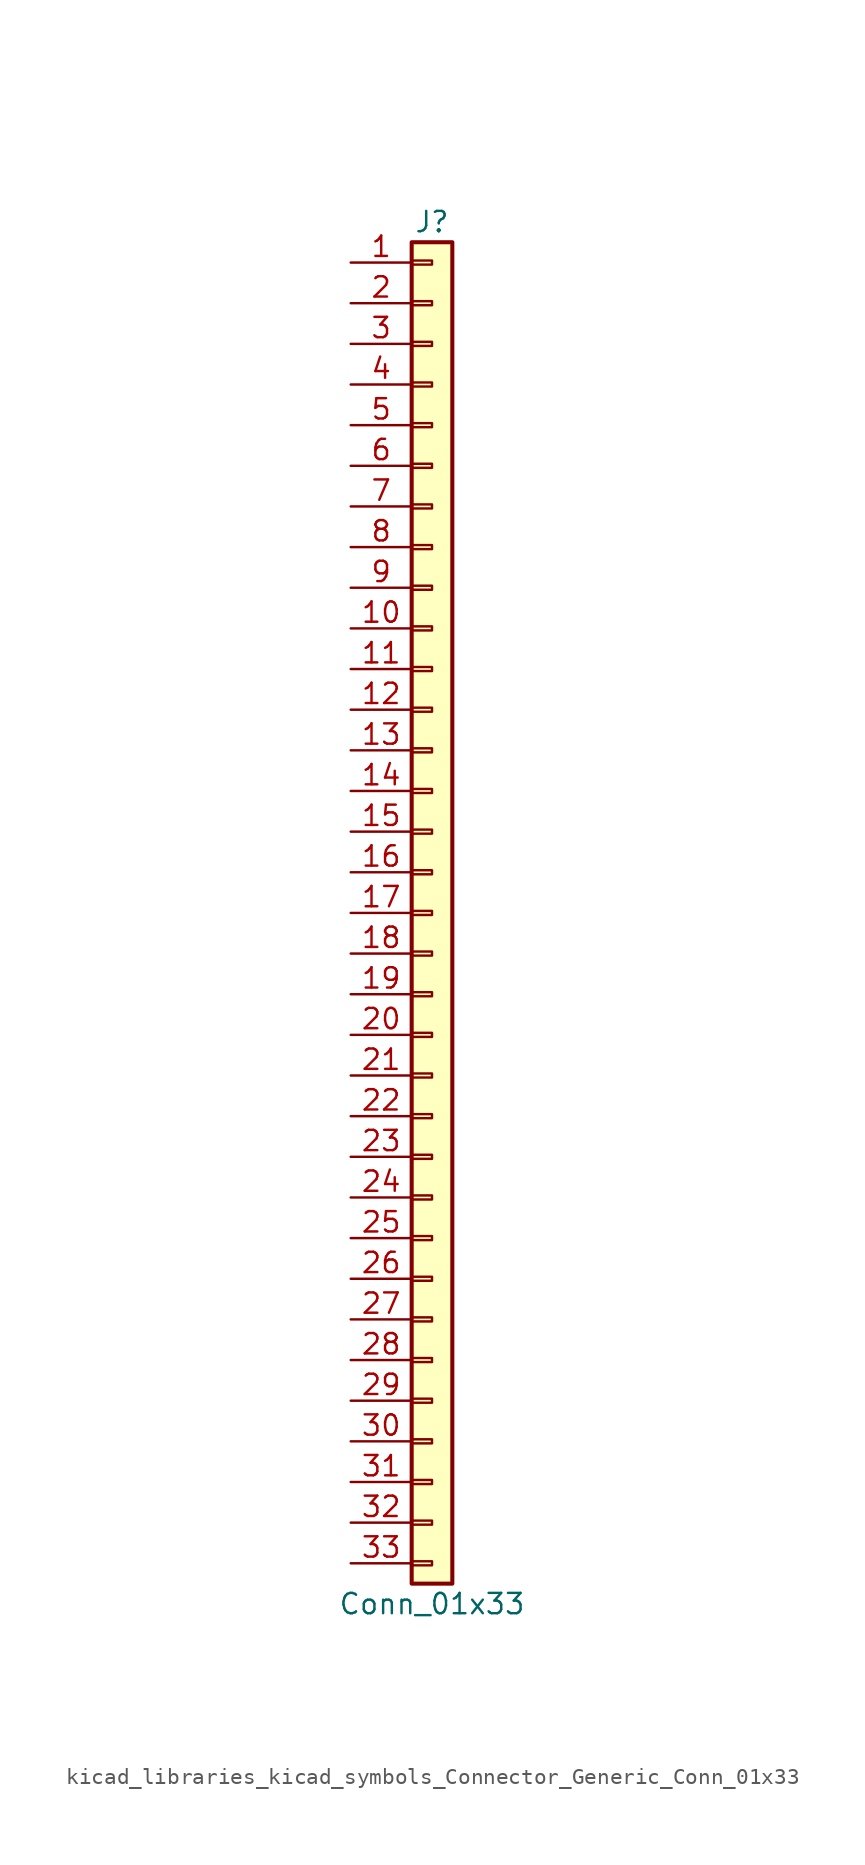
<source format=kicad_sym>
(kicad_symbol_lib
  (version 20220914)
  (generator kicad_symbol_editor)
  (symbol "kicad_libraries_kicad_symbols_Connector_Generic_Conn_01x33"
    (pin_names
      (offset 1.016) hide)
    (property "Reference" "J"
      (at 0 43.18 0)
      (effects (font (size 1.27 1.27))))
    (property "Value" "Conn_01x33"
      (at 0 -43.18 0)
      (effects (font (size 1.27 1.27))))
    (symbol "kicad_libraries_kicad_symbols_Connector_Generic_Conn_01x33_1_1"
      (rectangle (start -1.27 -40.513) (end 0 -40.767) (stroke (width 0.152) (type default)) (fill (type none)))
      (rectangle (start -1.27 -37.973) (end 0 -38.227) (stroke (width 0.152) (type default)) (fill (type none)))
      (rectangle (start -1.27 -35.433) (end 0 -35.687) (stroke (width 0.152) (type default)) (fill (type none)))
      (rectangle (start -1.27 -32.893) (end 0 -33.147) (stroke (width 0.152) (type default)) (fill (type none)))
      (rectangle (start -1.27 -30.353) (end 0 -30.607) (stroke (width 0.152) (type default)) (fill (type none)))
      (rectangle (start -1.27 -27.813) (end 0 -28.067) (stroke (width 0.152) (type default)) (fill (type none)))
      (rectangle (start -1.27 -25.273) (end 0 -25.527) (stroke (width 0.152) (type default)) (fill (type none)))
      (rectangle (start -1.27 -22.733) (end 0 -22.987) (stroke (width 0.152) (type default)) (fill (type none)))
      (rectangle (start -1.27 -20.193) (end 0 -20.447) (stroke (width 0.152) (type default)) (fill (type none)))
      (rectangle (start -1.27 -17.653) (end 0 -17.907) (stroke (width 0.152) (type default)) (fill (type none)))
      (rectangle (start -1.27 -15.113) (end 0 -15.367) (stroke (width 0.152) (type default)) (fill (type none)))
      (rectangle (start -1.27 -12.573) (end 0 -12.827) (stroke (width 0.152) (type default)) (fill (type none)))
      (rectangle (start -1.27 -10.033) (end 0 -10.287) (stroke (width 0.152) (type default)) (fill (type none)))
      (rectangle (start -1.27 -7.493) (end 0 -7.747) (stroke (width 0.152) (type default)) (fill (type none)))
      (rectangle (start -1.27 -4.953) (end 0 -5.207) (stroke (width 0.152) (type default)) (fill (type none)))
      (rectangle (start -1.27 -2.413) (end 0 -2.667) (stroke (width 0.152) (type default)) (fill (type none)))
      (rectangle (start -1.27 0.127) (end 0 -0.127) (stroke (width 0.152) (type default)) (fill (type none)))
      (rectangle (start -1.27 2.667) (end 0 2.413) (stroke (width 0.152) (type default)) (fill (type none)))
      (rectangle (start -1.27 5.207) (end 0 4.953) (stroke (width 0.152) (type default)) (fill (type none)))
      (rectangle (start -1.27 7.747) (end 0 7.493) (stroke (width 0.152) (type default)) (fill (type none)))
      (rectangle (start -1.27 10.287) (end 0 10.033) (stroke (width 0.152) (type default)) (fill (type none)))
      (rectangle (start -1.27 12.827) (end 0 12.573) (stroke (width 0.152) (type default)) (fill (type none)))
      (rectangle (start -1.27 15.367) (end 0 15.113) (stroke (width 0.152) (type default)) (fill (type none)))
      (rectangle (start -1.27 17.907) (end 0 17.653) (stroke (width 0.152) (type default)) (fill (type none)))
      (rectangle (start -1.27 20.447) (end 0 20.193) (stroke (width 0.152) (type default)) (fill (type none)))
      (rectangle (start -1.27 22.987) (end 0 22.733) (stroke (width 0.152) (type default)) (fill (type none)))
      (rectangle (start -1.27 25.527) (end 0 25.273) (stroke (width 0.152) (type default)) (fill (type none)))
      (rectangle (start -1.27 28.067) (end 0 27.813) (stroke (width 0.152) (type default)) (fill (type none)))
      (rectangle (start -1.27 30.607) (end 0 30.353) (stroke (width 0.152) (type default)) (fill (type none)))
      (rectangle (start -1.27 33.147) (end 0 32.893) (stroke (width 0.152) (type default)) (fill (type none)))
      (rectangle (start -1.27 35.687) (end 0 35.433) (stroke (width 0.152) (type default)) (fill (type none)))
      (rectangle (start -1.27 38.227) (end 0 37.973) (stroke (width 0.152) (type default)) (fill (type none)))
      (rectangle (start -1.27 40.767) (end 0 40.513) (stroke (width 0.152) (type default)) (fill (type none)))
      (rectangle (start -1.27 41.91) (end 1.27 -41.91) (stroke (width 0.254) (type default)) (fill (type background)))
      (pin passive line (at -5.08 40.64 0) (length 3.81) (name "Pin_1" (effects (font (size 1.27 1.27)))) (number "1" (effects (font (size 1.27 1.27)))))
      (pin passive line (at -5.08 17.78 0) (length 3.81) (name "Pin_10" (effects (font (size 1.27 1.27)))) (number "10" (effects (font (size 1.27 1.27)))))
      (pin passive line (at -5.08 15.24 0) (length 3.81) (name "Pin_11" (effects (font (size 1.27 1.27)))) (number "11" (effects (font (size 1.27 1.27)))))
      (pin passive line (at -5.08 12.7 0) (length 3.81) (name "Pin_12" (effects (font (size 1.27 1.27)))) (number "12" (effects (font (size 1.27 1.27)))))
      (pin passive line (at -5.08 10.16 0) (length 3.81) (name "Pin_13" (effects (font (size 1.27 1.27)))) (number "13" (effects (font (size 1.27 1.27)))))
      (pin passive line (at -5.08 7.62 0) (length 3.81) (name "Pin_14" (effects (font (size 1.27 1.27)))) (number "14" (effects (font (size 1.27 1.27)))))
      (pin passive line (at -5.08 5.08 0) (length 3.81) (name "Pin_15" (effects (font (size 1.27 1.27)))) (number "15" (effects (font (size 1.27 1.27)))))
      (pin passive line (at -5.08 2.54 0) (length 3.81) (name "Pin_16" (effects (font (size 1.27 1.27)))) (number "16" (effects (font (size 1.27 1.27)))))
      (pin passive line (at -5.08 0 0) (length 3.81) (name "Pin_17" (effects (font (size 1.27 1.27)))) (number "17" (effects (font (size 1.27 1.27)))))
      (pin passive line (at -5.08 -2.54 0) (length 3.81) (name "Pin_18" (effects (font (size 1.27 1.27)))) (number "18" (effects (font (size 1.27 1.27)))))
      (pin passive line (at -5.08 -5.08 0) (length 3.81) (name "Pin_19" (effects (font (size 1.27 1.27)))) (number "19" (effects (font (size 1.27 1.27)))))
      (pin passive line (at -5.08 38.1 0) (length 3.81) (name "Pin_2" (effects (font (size 1.27 1.27)))) (number "2" (effects (font (size 1.27 1.27)))))
      (pin passive line (at -5.08 -7.62 0) (length 3.81) (name "Pin_20" (effects (font (size 1.27 1.27)))) (number "20" (effects (font (size 1.27 1.27)))))
      (pin passive line (at -5.08 -10.16 0) (length 3.81) (name "Pin_21" (effects (font (size 1.27 1.27)))) (number "21" (effects (font (size 1.27 1.27)))))
      (pin passive line (at -5.08 -12.7 0) (length 3.81) (name "Pin_22" (effects (font (size 1.27 1.27)))) (number "22" (effects (font (size 1.27 1.27)))))
      (pin passive line (at -5.08 -15.24 0) (length 3.81) (name "Pin_23" (effects (font (size 1.27 1.27)))) (number "23" (effects (font (size 1.27 1.27)))))
      (pin passive line (at -5.08 -17.78 0) (length 3.81) (name "Pin_24" (effects (font (size 1.27 1.27)))) (number "24" (effects (font (size 1.27 1.27)))))
      (pin passive line (at -5.08 -20.32 0) (length 3.81) (name "Pin_25" (effects (font (size 1.27 1.27)))) (number "25" (effects (font (size 1.27 1.27)))))
      (pin passive line (at -5.08 -22.86 0) (length 3.81) (name "Pin_26" (effects (font (size 1.27 1.27)))) (number "26" (effects (font (size 1.27 1.27)))))
      (pin passive line (at -5.08 -25.4 0) (length 3.81) (name "Pin_27" (effects (font (size 1.27 1.27)))) (number "27" (effects (font (size 1.27 1.27)))))
      (pin passive line (at -5.08 -27.94 0) (length 3.81) (name "Pin_28" (effects (font (size 1.27 1.27)))) (number "28" (effects (font (size 1.27 1.27)))))
      (pin passive line (at -5.08 -30.48 0) (length 3.81) (name "Pin_29" (effects (font (size 1.27 1.27)))) (number "29" (effects (font (size 1.27 1.27)))))
      (pin passive line (at -5.08 35.56 0) (length 3.81) (name "Pin_3" (effects (font (size 1.27 1.27)))) (number "3" (effects (font (size 1.27 1.27)))))
      (pin passive line (at -5.08 -33.02 0) (length 3.81) (name "Pin_30" (effects (font (size 1.27 1.27)))) (number "30" (effects (font (size 1.27 1.27)))))
      (pin passive line (at -5.08 -35.56 0) (length 3.81) (name "Pin_31" (effects (font (size 1.27 1.27)))) (number "31" (effects (font (size 1.27 1.27)))))
      (pin passive line (at -5.08 -38.1 0) (length 3.81) (name "Pin_32" (effects (font (size 1.27 1.27)))) (number "32" (effects (font (size 1.27 1.27)))))
      (pin passive line (at -5.08 -40.64 0) (length 3.81) (name "Pin_33" (effects (font (size 1.27 1.27)))) (number "33" (effects (font (size 1.27 1.27)))))
      (pin passive line (at -5.08 33.02 0) (length 3.81) (name "Pin_4" (effects (font (size 1.27 1.27)))) (number "4" (effects (font (size 1.27 1.27)))))
      (pin passive line (at -5.08 30.48 0) (length 3.81) (name "Pin_5" (effects (font (size 1.27 1.27)))) (number "5" (effects (font (size 1.27 1.27)))))
      (pin passive line (at -5.08 27.94 0) (length 3.81) (name "Pin_6" (effects (font (size 1.27 1.27)))) (number "6" (effects (font (size 1.27 1.27)))))
      (pin passive line (at -5.08 25.4 0) (length 3.81) (name "Pin_7" (effects (font (size 1.27 1.27)))) (number "7" (effects (font (size 1.27 1.27)))))
      (pin passive line (at -5.08 22.86 0) (length 3.81) (name "Pin_8" (effects (font (size 1.27 1.27)))) (number "8" (effects (font (size 1.27 1.27)))))
      (pin passive line (at -5.08 20.32 0) (length 3.81) (name "Pin_9" (effects (font (size 1.27 1.27)))) (number "9" (effects (font (size 1.27 1.27))))))))
</source>
